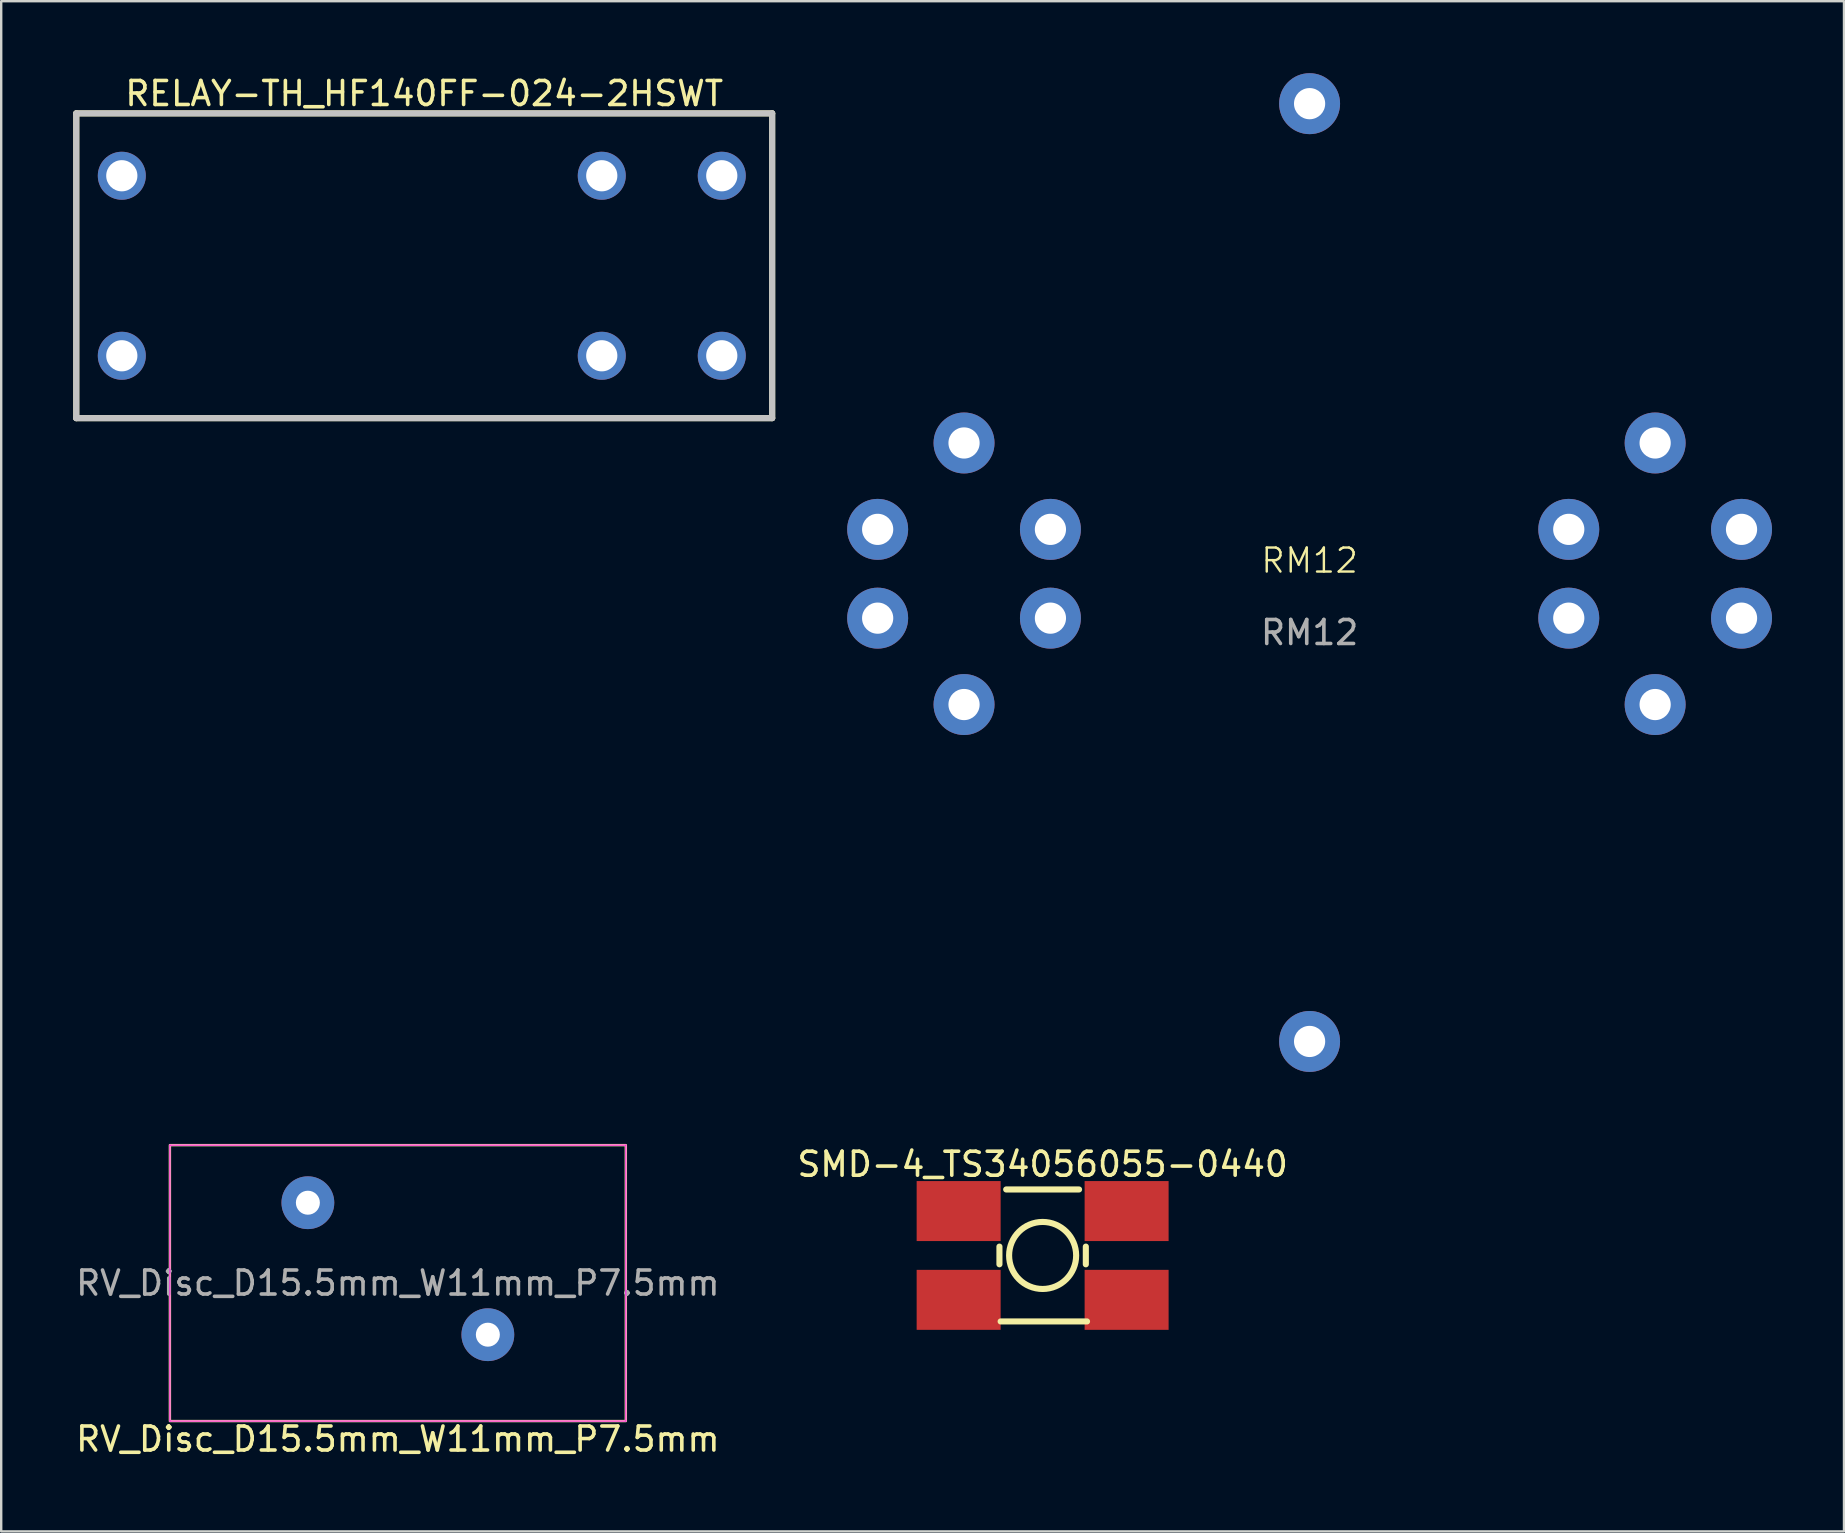
<source format=kicad_pcb>
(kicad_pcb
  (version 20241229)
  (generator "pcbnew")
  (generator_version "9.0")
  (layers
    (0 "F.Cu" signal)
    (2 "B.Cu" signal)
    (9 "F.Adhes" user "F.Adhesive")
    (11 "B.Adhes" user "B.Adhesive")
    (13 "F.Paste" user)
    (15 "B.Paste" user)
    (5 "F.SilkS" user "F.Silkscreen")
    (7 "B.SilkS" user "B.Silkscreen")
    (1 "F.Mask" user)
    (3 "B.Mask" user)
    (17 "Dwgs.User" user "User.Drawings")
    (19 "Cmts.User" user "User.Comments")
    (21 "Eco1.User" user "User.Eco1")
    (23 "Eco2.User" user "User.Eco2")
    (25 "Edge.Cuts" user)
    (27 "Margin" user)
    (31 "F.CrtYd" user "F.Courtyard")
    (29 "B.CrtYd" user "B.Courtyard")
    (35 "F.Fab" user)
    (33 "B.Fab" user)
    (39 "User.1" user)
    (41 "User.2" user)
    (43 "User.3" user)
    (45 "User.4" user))
  (footprint "RM12"
    (layer "F.Cu")
    (at 51.524 20.81)
    (property "Reference" "RM12" (at 0 -0.5 0) (unlocked yes) (layer "F.SilkS") (effects (font (size 1 1) (thickness 0.1))))
    (attr through_hole)
    (fp_text user "${REFERENCE}" (at 0 2.5 0) (unlocked yes) (layer "F.Fab") (effects (font (size 1 1) (thickness 0.15))))
    (pad "1" thru_hole circle (at -18 1.9 180) (size 2.54 2.54) (drill 1.3) (layers "*.Cu" "*.Mask"))
    (pad "1" thru_hole circle (at -10.8 -1.8) (size 2.54 2.54) (drill 1.3) (layers "*.Cu" "*.Mask"))
    (pad "1" thru_hole circle (at 10.8 1.9 180) (size 2.54 2.54) (drill 1.3) (layers "*.Cu" "*.Mask"))
    (pad "1" thru_hole circle (at 18 -1.8) (size 2.54 2.54) (drill 1.3) (layers "*.Cu" "*.Mask"))
    (pad "2" thru_hole circle (at -14.4 -5.4) (size 2.54 2.54) (drill 1.3) (layers "*.Cu" "*.Mask"))
    (pad "2" thru_hole circle (at -14.4 5.5 180) (size 2.54 2.54) (drill 1.3) (layers "*.Cu" "*.Mask"))
    (pad "2" thru_hole circle (at 14.4 -5.4) (size 2.54 2.54) (drill 1.3) (layers "*.Cu" "*.Mask"))
    (pad "2" thru_hole circle (at 14.4 5.5 180) (size 2.54 2.54) (drill 1.3) (layers "*.Cu" "*.Mask"))
    (pad "3" thru_hole circle (at -18 -1.8) (size 2.54 2.54) (drill 1.3) (layers "*.Cu" "*.Mask"))
    (pad "3" thru_hole circle (at -10.8 1.9 180) (size 2.54 2.54) (drill 1.3) (layers "*.Cu" "*.Mask"))
    (pad "3" thru_hole circle (at 0 -19.54 180) (size 2.54 2.54) (drill 1.3) (layers "*.Cu" "*.Mask"))
    (pad "3" thru_hole circle (at 0 19.54 180) (size 2.54 2.54) (drill 1.3) (layers "*.Cu" "*.Mask"))
    (pad "3" thru_hole circle (at 10.8 -1.8) (size 2.54 2.54) (drill 1.3) (layers "*.Cu" "*.Mask"))
    (pad "3" thru_hole circle (at 18 1.9 180) (size 2.54 2.54) (drill 1.3) (layers "*.Cu" "*.Mask")))
  (footprint "RELAY-TH_HF140FF-024-2HSWT"
    (layer "F.Cu")
    (at 14.527 8.025)
    (property "Reference" "RELAY-TH_HF140FF-024-2HSWT" (at 0.101 -7.177 0) (layer "F.SilkS") (effects (font (size 1 1) (thickness 0.15))))
    (fp_line (start -14.399 -6.35) (end -14.399 6.35) (stroke (width 0.254) (type default)) (layer "F.SilkS"))
    (fp_line (start -14.399 6.35) (end 14.601 6.35) (stroke (width 0.254) (type default)) (layer "F.SilkS"))
    (fp_line (start 14.601 -6.35) (end -14.399 -6.35) (stroke (width 0.254) (type default)) (layer "F.SilkS"))
    (fp_line (start 14.601 6.35) (end 14.601 -6.35) (stroke (width 0.254) (type default)) (layer "F.SilkS"))
    (fp_line (start -14.399 -6.35) (end -14.399 6.35) (stroke (width 0.254) (type default)) (layer "Dwgs.User"))
    (fp_line (start -14.399 6.35) (end 14.601 6.35) (stroke (width 0.254) (type default)) (layer "Dwgs.User"))
    (fp_line (start 14.601 -6.35) (end -14.399 -6.35) (stroke (width 0.254) (type default)) (layer "Dwgs.User"))
    (fp_line (start 14.601 6.35) (end 14.601 -6.35) (stroke (width 0.254) (type default)) (layer "Dwgs.User"))
    (fp_poly (pts (xy -12.7 -4.25) (xy -12.3 -4.25) (xy -12.3 -3.251) (xy -12.7 -3.251)) (stroke (width 0.1) (type default)) (fill no) (layer "User.1"))
    (fp_poly (pts (xy -12.7 3.251) (xy -12.3 3.251) (xy -12.3 4.25) (xy -12.7 4.25)) (stroke (width 0.1) (type default)) (fill no) (layer "User.1"))
    (fp_poly (pts (xy 7.25 -4.25) (xy 7.75 -4.25) (xy 7.75 -3.251) (xy 7.25 -3.251)) (stroke (width 0.1) (type default)) (fill no) (layer "User.1"))
    (fp_poly (pts (xy 7.25 3.251) (xy 7.75 3.251) (xy 7.75 4.25) (xy 7.25 4.25)) (stroke (width 0.1) (type default)) (fill no) (layer "User.1"))
    (fp_poly (pts (xy 12.251 -4.25) (xy 12.751 -4.25) (xy 12.751 -3.251) (xy 12.251 -3.251)) (stroke (width 0.1) (type default)) (fill no) (layer "User.1"))
    (fp_poly (pts (xy 12.251 3.251) (xy 12.751 3.251) (xy 12.751 4.25) (xy 12.251 4.25)) (stroke (width 0.1) (type default)) (fill no) (layer "User.1"))
    (fp_line (start -14.399 -6.35) (end 14.601 -6.35) (stroke (width 0.051) (type default)) (layer "User.2"))
    (fp_line (start -14.399 6.35) (end -14.399 -6.35) (stroke (width 0.051) (type default)) (layer "User.2"))
    (fp_line (start 14.601 -6.35) (end 14.601 6.35) (stroke (width 0.051) (type default)) (layer "User.2"))
    (fp_line (start 14.601 6.35) (end -14.399 6.35) (stroke (width 0.051) (type default)) (layer "User.2"))
    (fp_poly (pts (xy -14.344 6.327) (xy -14.377 6.295) (xy -14.422 6.295) (xy -14.455 6.327) (xy -14.455 6.373) (xy -14.422 6.405) (xy -14.377 6.405) (xy -14.344 6.373)) (stroke (width 0.1) (type default)) (fill no) (layer "User.3"))
    (pad "1" thru_hole circle (at -12.501 3.751) (size 2 2) (drill 1.3) (layers "*.Cu" "*.Mask"))
    (pad "3" thru_hole circle (at 7.5 3.751) (size 2 2) (drill 1.3) (layers "*.Cu" "*.Mask"))
    (pad "4" thru_hole circle (at 12.501 3.751) (size 2 2) (drill 1.3) (layers "*.Cu" "*.Mask"))
    (pad "5" thru_hole circle (at 12.501 -3.751) (size 2 2) (drill 1.3) (layers "*.Cu" "*.Mask"))
    (pad "6" thru_hole circle (at 7.5 -3.751) (size 2 2) (drill 1.3) (layers "*.Cu" "*.Mask"))
    (pad "8" thru_hole circle (at -12.501 -3.751) (size 2 2) (drill 1.3) (layers "*.Cu" "*.Mask")))
  (footprint "RV_Disc_D15.5mm_W11mm_P7.5mm"
    (layer "F.Cu")
    (at 9.78 47.07)
    (property "Reference" "RV_Disc_D15.5mm_W11mm_P7.5mm" (at 3.75 9.85 0) (layer "F.SilkS") (effects (font (size 1 1) (thickness 0.15))))
    (attr through_hole)
    (fp_rect (start -5.75 -2.4) (end 13.25 9.1) (stroke (width 0.1) (type solid)) (fill no) (layer "F.SilkS"))
    (fp_line (start -5.75 -2.4) (end -5.75 9.1) (stroke (width 0.05) (type solid)) (layer "F.CrtYd"))
    (fp_line (start -5.75 -2.4) (end 13.25 -2.4) (stroke (width 0.05) (type solid)) (layer "F.CrtYd"))
    (fp_line (start -5.75 9.1) (end 13.25 9.1) (stroke (width 0.05) (type solid)) (layer "F.CrtYd"))
    (fp_line (start 13.25 -2.4) (end 13.25 9.1) (stroke (width 0.05) (type solid)) (layer "F.CrtYd"))
    (fp_text user "${REFERENCE}" (at 3.75 3.35 0) (layer "F.Fab") (effects (font (size 1 1) (thickness 0.15))))
    (pad "1" thru_hole circle (at 0 0) (size 2.2 2.2) (drill 1) (layers "*.Cu" "*.Mask"))
    (pad "2" thru_hole circle (at 7.5 5.5) (size 2.2 2.2) (drill 1) (layers "*.Cu" "*.Mask")))
  (footprint "SMD-4_TS34056055-0440"
    (layer "F.Cu")
    (at 40.399 49.268)
    (property "Reference" "SMD-4_TS34056055-0440" (at 0 -3.8 0) (layer "F.SilkS") (effects (font (size 1 1) (thickness 0.15))))
    (fp_line (start -1.8 -0.369) (end -1.8 0.368) (stroke (width 0.254) (type default)) (layer "F.SilkS"))
    (fp_line (start -1.75 2.75) (end 1.85 2.75) (stroke (width 0.254) (type default)) (layer "F.SilkS"))
    (fp_line (start -1.519 -2.75) (end 1.518 -2.75) (stroke (width 0.254) (type default)) (layer "F.SilkS"))
    (fp_line (start 1.8 0.369) (end 1.8 -0.369) (stroke (width 0.254) (type default)) (layer "F.SilkS"))
    (fp_circle (center 0 0) (end 1.397 0) (stroke (width 0.254) (type default)) (fill no) (layer "F.SilkS"))
    (fp_poly (pts (xy -5 -2.75) (xy -2 -2.75) (xy -2 -0.95) (xy -5 -0.95)) (stroke (width 0.1) (type default)) (fill no) (layer "User.1"))
    (fp_poly (pts (xy -5 0.95) (xy -2 0.95) (xy -2 2.75) (xy -5 2.75)) (stroke (width 0.1) (type default)) (fill no) (layer "User.1"))
    (fp_poly (pts (xy 2 -2.75) (xy 5 -2.75) (xy 5 -0.95) (xy 2 -0.95)) (stroke (width 0.1) (type default)) (fill no) (layer "User.1"))
    (fp_poly (pts (xy 2 0.95) (xy 5 0.95) (xy 5 2.75) (xy 2 2.75)) (stroke (width 0.1) (type default)) (fill no) (layer "User.1"))
    (fp_line (start -5 -2.75) (end 5 -2.75) (stroke (width 0.051) (type default)) (layer "User.2"))
    (fp_line (start -5 2.75) (end -5 -2.75) (stroke (width 0.051) (type default)) (layer "User.2"))
    (fp_line (start 5 -2.75) (end 5 2.75) (stroke (width 0.051) (type default)) (layer "User.2"))
    (fp_line (start 5 2.75) (end -5 2.75) (stroke (width 0.051) (type default)) (layer "User.2"))
    (fp_poly (pts (xy -4.945 -2.773) (xy -4.977 -2.805) (xy -5.023 -2.805) (xy -5.055 -2.773) (xy -5.055 -2.727) (xy -5.023 -2.695) (xy -4.977 -2.695) (xy -4.945 -2.727)) (stroke (width 0.1) (type default)) (fill no) (layer "User.3"))
    (pad "1" smd rect (at -3.5 -1.85) (size 3.5 2.5) (layers "F.Cu" "F.Mask" "F.Paste"))
    (pad "2" smd rect (at -3.5 1.85) (size 3.5 2.5) (layers "F.Cu" "F.Mask" "F.Paste"))
    (pad "3" smd rect (at 3.5 -1.85) (size 3.5 2.5) (layers "F.Cu" "F.Mask" "F.Paste"))
    (pad "4" smd rect (at 3.5 1.85) (size 3.5 2.5) (layers "F.Cu" "F.Mask" "F.Paste")))
  (gr_rect
    (start -3 -3)
    (end 73.794 60.768)
    (stroke (width 0.1) (type default))
    (fill no)
    (layer "Edge.Cuts")))
</source>
